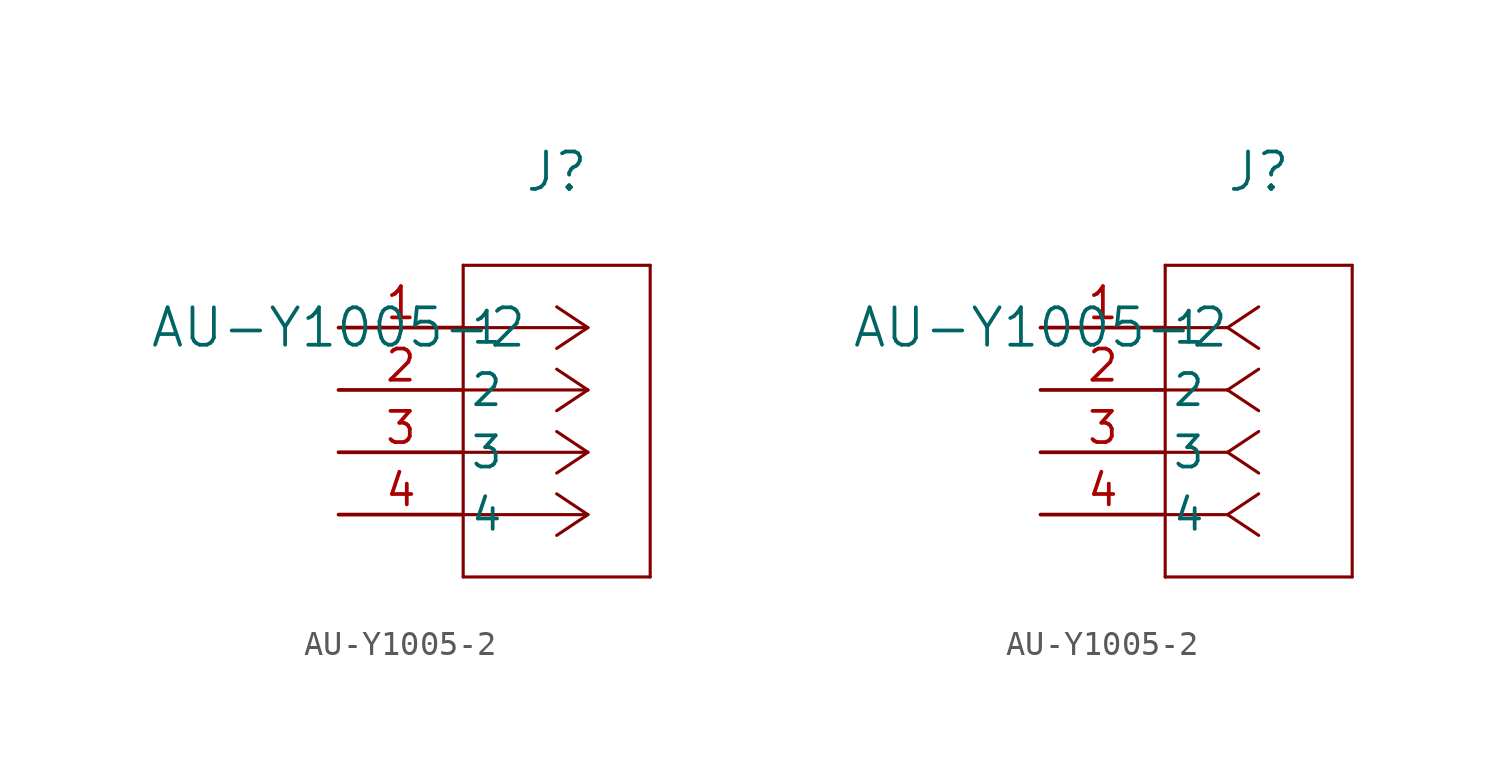
<source format=kicad_sym>
(kicad_symbol_lib
  (version 20211014)
  (generator kicad_symbol_editor)
  (symbol "AU-Y1005-2"
    (pin_names
      (offset 0.254))
    (property "Reference" "J"
      (at 8.89 6.35 0)
      (effects (font (size 1.524 1.524))))
    (property "Value" "AU-Y1005-2"
      (at 0 0 0)
      (effects (font (size 1.524 1.524))))
    (symbol "AU-Y1005-2_1_1"
      (polyline (pts (xy 10.16 0) (xy 5.08 0)) (stroke (width 0.127) (type default) (color 0 0 0 0)) (fill (type none)))
      (polyline (pts (xy 10.16 -2.54) (xy 5.08 -2.54)) (stroke (width 0.127) (type default) (color 0 0 0 0)) (fill (type none)))
      (polyline (pts (xy 10.16 -5.08) (xy 5.08 -5.08)) (stroke (width 0.127) (type default) (color 0 0 0 0)) (fill (type none)))
      (polyline (pts (xy 10.16 -7.62) (xy 5.08 -7.62)) (stroke (width 0.127) (type default) (color 0 0 0 0)) (fill (type none)))
      (polyline (pts (xy 10.16 0) (xy 8.89 0.847)) (stroke (width 0.127) (type default) (color 0 0 0 0)) (fill (type none)))
      (polyline (pts (xy 10.16 -2.54) (xy 8.89 -1.693)) (stroke (width 0.127) (type default) (color 0 0 0 0)) (fill (type none)))
      (polyline (pts (xy 10.16 -5.08) (xy 8.89 -4.233)) (stroke (width 0.127) (type default) (color 0 0 0 0)) (fill (type none)))
      (polyline (pts (xy 10.16 -7.62) (xy 8.89 -6.773)) (stroke (width 0.127) (type default) (color 0 0 0 0)) (fill (type none)))
      (polyline (pts (xy 10.16 0) (xy 8.89 -0.847)) (stroke (width 0.127) (type default) (color 0 0 0 0)) (fill (type none)))
      (polyline (pts (xy 10.16 -2.54) (xy 8.89 -3.387)) (stroke (width 0.127) (type default) (color 0 0 0 0)) (fill (type none)))
      (polyline (pts (xy 10.16 -5.08) (xy 8.89 -5.927)) (stroke (width 0.127) (type default) (color 0 0 0 0)) (fill (type none)))
      (polyline (pts (xy 10.16 -7.62) (xy 8.89 -8.467)) (stroke (width 0.127) (type default) (color 0 0 0 0)) (fill (type none)))
      (polyline (pts (xy 5.08 2.54) (xy 5.08 -10.16)) (stroke (width 0.127) (type default) (color 0 0 0 0)) (fill (type none)))
      (polyline (pts (xy 5.08 -10.16) (xy 12.7 -10.16)) (stroke (width 0.127) (type default) (color 0 0 0 0)) (fill (type none)))
      (polyline (pts (xy 12.7 -10.16) (xy 12.7 2.54)) (stroke (width 0.127) (type default) (color 0 0 0 0)) (fill (type none)))
      (polyline (pts (xy 12.7 2.54) (xy 5.08 2.54)) (stroke (width 0.127) (type default) (color 0 0 0 0)) (fill (type none)))
      (pin unspecified line (at 0 0 0) (length 5.08) (name "1" (effects (font (size 1.27 1.27)))) (number "1" (effects (font (size 1.27 1.27)))))
      (pin unspecified line (at 0 -2.54 0) (length 5.08) (name "2" (effects (font (size 1.27 1.27)))) (number "2" (effects (font (size 1.27 1.27)))))
      (pin unspecified line (at 0 -5.08 0) (length 5.08) (name "3" (effects (font (size 1.27 1.27)))) (number "3" (effects (font (size 1.27 1.27)))))
      (pin unspecified line (at 0 -7.62 0) (length 5.08) (name "4" (effects (font (size 1.27 1.27)))) (number "4" (effects (font (size 1.27 1.27))))))
    (symbol "AU-Y1005-2_1_2"
      (polyline (pts (xy 7.62 0) (xy 5.08 0)) (stroke (width 0.127) (type default) (color 0 0 0 0)) (fill (type none)))
      (polyline (pts (xy 7.62 -2.54) (xy 5.08 -2.54)) (stroke (width 0.127) (type default) (color 0 0 0 0)) (fill (type none)))
      (polyline (pts (xy 7.62 -5.08) (xy 5.08 -5.08)) (stroke (width 0.127) (type default) (color 0 0 0 0)) (fill (type none)))
      (polyline (pts (xy 7.62 -7.62) (xy 5.08 -7.62)) (stroke (width 0.127) (type default) (color 0 0 0 0)) (fill (type none)))
      (polyline (pts (xy 7.62 0) (xy 8.89 0.847)) (stroke (width 0.127) (type default) (color 0 0 0 0)) (fill (type none)))
      (polyline (pts (xy 7.62 -2.54) (xy 8.89 -1.693)) (stroke (width 0.127) (type default) (color 0 0 0 0)) (fill (type none)))
      (polyline (pts (xy 7.62 -5.08) (xy 8.89 -4.233)) (stroke (width 0.127) (type default) (color 0 0 0 0)) (fill (type none)))
      (polyline (pts (xy 7.62 -7.62) (xy 8.89 -6.773)) (stroke (width 0.127) (type default) (color 0 0 0 0)) (fill (type none)))
      (polyline (pts (xy 7.62 0) (xy 8.89 -0.847)) (stroke (width 0.127) (type default) (color 0 0 0 0)) (fill (type none)))
      (polyline (pts (xy 7.62 -2.54) (xy 8.89 -3.387)) (stroke (width 0.127) (type default) (color 0 0 0 0)) (fill (type none)))
      (polyline (pts (xy 7.62 -5.08) (xy 8.89 -5.927)) (stroke (width 0.127) (type default) (color 0 0 0 0)) (fill (type none)))
      (polyline (pts (xy 7.62 -7.62) (xy 8.89 -8.467)) (stroke (width 0.127) (type default) (color 0 0 0 0)) (fill (type none)))
      (polyline (pts (xy 5.08 2.54) (xy 5.08 -10.16)) (stroke (width 0.127) (type default) (color 0 0 0 0)) (fill (type none)))
      (polyline (pts (xy 5.08 -10.16) (xy 12.7 -10.16)) (stroke (width 0.127) (type default) (color 0 0 0 0)) (fill (type none)))
      (polyline (pts (xy 12.7 -10.16) (xy 12.7 2.54)) (stroke (width 0.127) (type default) (color 0 0 0 0)) (fill (type none)))
      (polyline (pts (xy 12.7 2.54) (xy 5.08 2.54)) (stroke (width 0.127) (type default) (color 0 0 0 0)) (fill (type none)))
      (pin unspecified line (at 0 0 0) (length 5.08) (name "1" (effects (font (size 1.27 1.27)))) (number "1" (effects (font (size 1.27 1.27)))))
      (pin unspecified line (at 0 -2.54 0) (length 5.08) (name "2" (effects (font (size 1.27 1.27)))) (number "2" (effects (font (size 1.27 1.27)))))
      (pin unspecified line (at 0 -5.08 0) (length 5.08) (name "3" (effects (font (size 1.27 1.27)))) (number "3" (effects (font (size 1.27 1.27)))))
      (pin unspecified line (at 0 -7.62 0) (length 5.08) (name "4" (effects (font (size 1.27 1.27)))) (number "4" (effects (font (size 1.27 1.27))))))))
</source>
